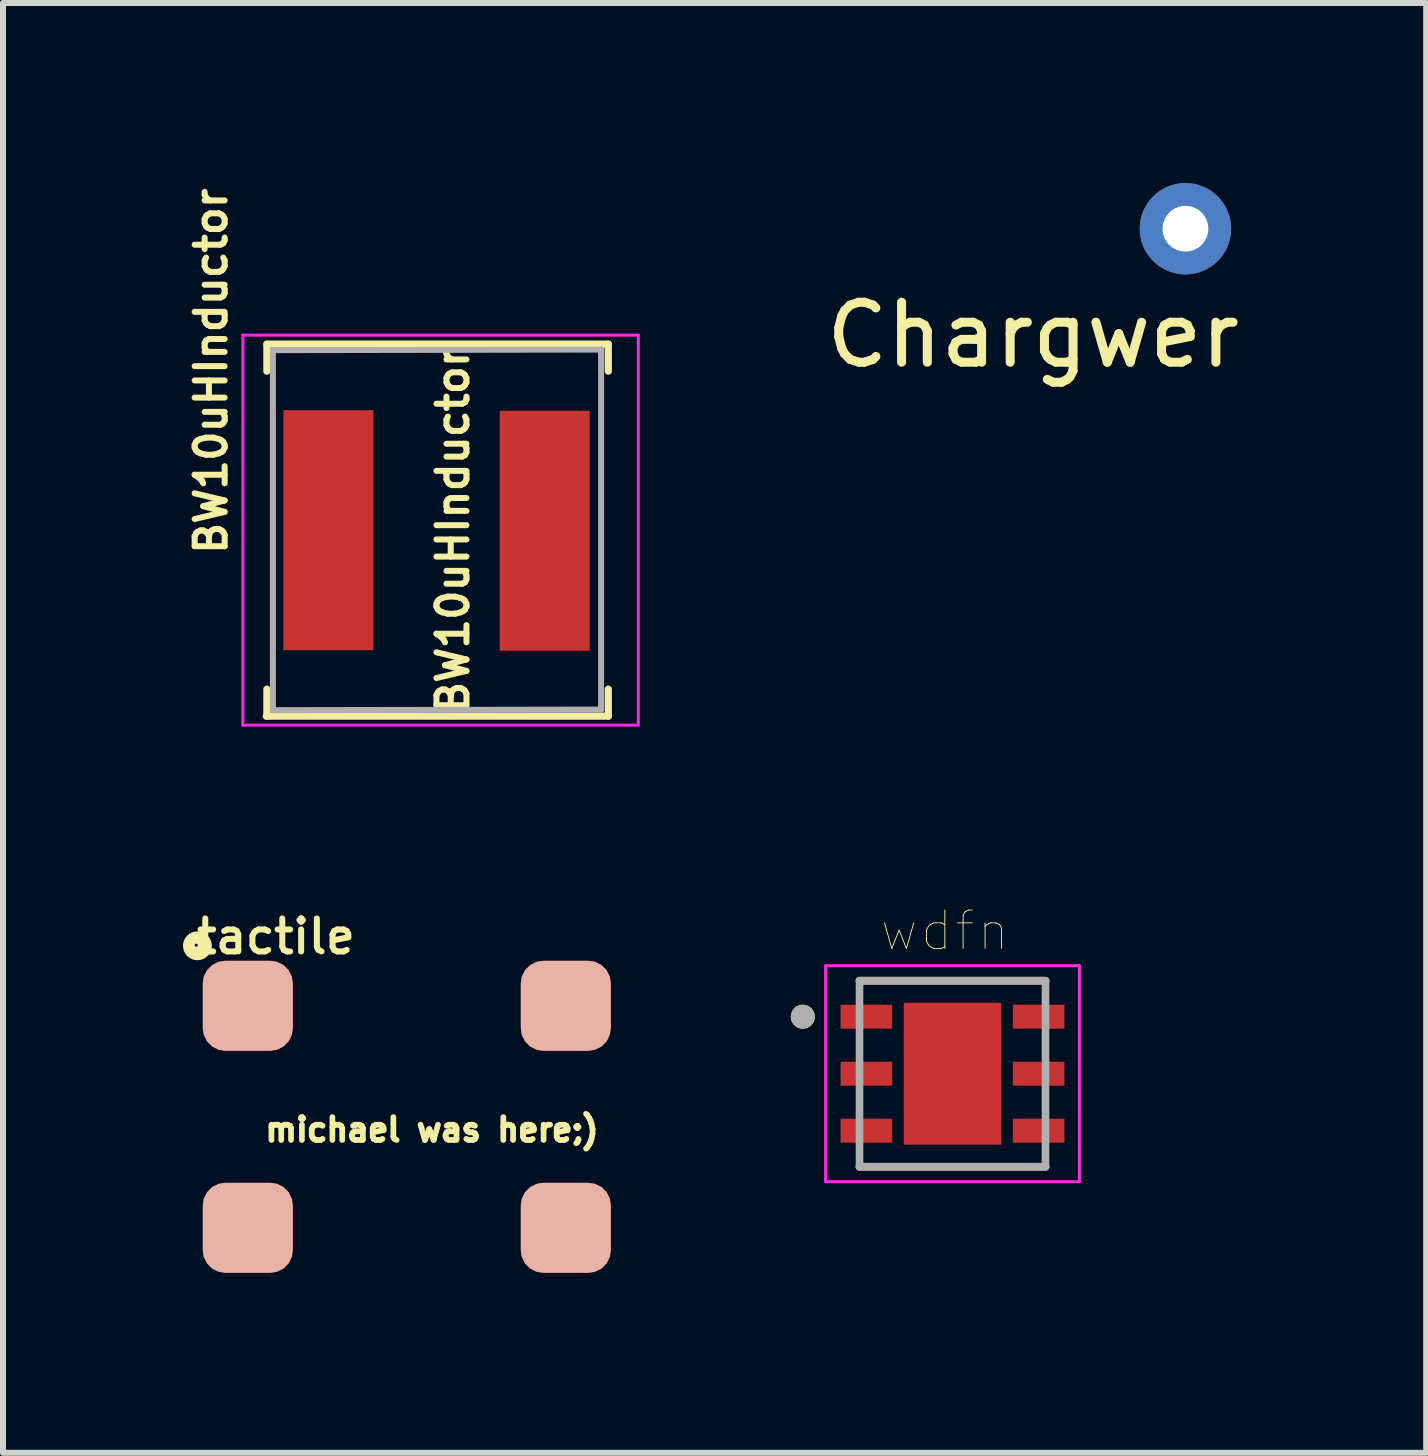
<source format=kicad_pcb>
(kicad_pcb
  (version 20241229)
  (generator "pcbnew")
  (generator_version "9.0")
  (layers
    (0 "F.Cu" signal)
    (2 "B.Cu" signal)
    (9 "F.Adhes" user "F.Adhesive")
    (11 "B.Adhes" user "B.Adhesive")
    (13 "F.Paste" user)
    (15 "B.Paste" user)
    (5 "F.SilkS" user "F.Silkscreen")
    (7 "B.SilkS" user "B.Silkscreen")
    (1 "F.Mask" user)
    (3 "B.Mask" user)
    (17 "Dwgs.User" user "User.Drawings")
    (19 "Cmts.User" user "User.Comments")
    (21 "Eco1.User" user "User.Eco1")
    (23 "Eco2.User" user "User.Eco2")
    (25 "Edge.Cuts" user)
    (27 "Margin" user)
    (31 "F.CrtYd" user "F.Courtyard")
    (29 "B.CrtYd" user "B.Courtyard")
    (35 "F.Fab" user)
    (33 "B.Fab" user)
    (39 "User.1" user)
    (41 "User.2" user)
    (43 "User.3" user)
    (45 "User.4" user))
  (footprint "Chargwer"
    (layer "F.Cu")
    (at 14.167 2.032)
    (property "Reference" "Chargwer" (at 0 0.5 0) (layer "F.SilkS") (effects (font (size 1 1) (thickness 0.15))))
    (attr through_hole)
    (pad "1" thru_hole circle (at 2.54 -1.27) (size 1.524 1.524) (drill 0.762) (layers "*.Cu" "*.Mask")))
  (footprint "tactile"
    (layer "F.Cu")
    (at 3.22 15.323)
    (property "Reference" "tactile" (at -1.67 -2.765 0) (layer "F.SilkS") (effects (font (size 0.55 0.55) (thickness 0.1))))
    (attr through_hole)
    (fp_circle (center -3 -2.62) (end -2.92 -2.59) (stroke (width 0.12) (type solid)) (fill no) (layer "F.SilkS"))
    (fp_circle (center -2.99 -2.62) (end -2.95 -2.63) (stroke (width 0.12) (type solid)) (fill no) (layer "F.SilkS"))
    (fp_circle (center -2.98 -2.61) (end -2.8 -2.6) (stroke (width 0.12) (type solid)) (fill no) (layer "F.SilkS"))
    (fp_text user "michael was here;)" (at 0.93 0.455 0) (layer "F.SilkS") (effects (font (size 0.381 0.381) (thickness 0.095))))
    (pad "1" smd roundrect (at -2.14 -1.61) (size 1.5 1.5) (layers "F.Cu" "F.Mask" "B.SilkS" "F.Paste") (roundrect_rratio 0.25))
    (pad "2" smd roundrect (at -2.14 2.09) (size 1.5 1.5) (layers "F.Cu" "F.Mask" "B.SilkS" "F.Paste") (roundrect_rratio 0.25))
    (pad "3" smd roundrect (at 3.16 -1.61) (size 1.5 1.5) (layers "F.Cu" "F.Mask" "B.SilkS" "F.Paste") (roundrect_rratio 0.25))
    (pad "4" smd roundrect (at 3.16 2.09) (size 1.5 1.5) (layers "F.Cu" "F.Mask" "B.SilkS" "F.Paste") (roundrect_rratio 0.25)))
  (footprint "wdfn"
    (layer "F.Cu")
    (at 12.825 14.845)
    (property "Reference" "wdfn" (at -0.128 -2.383 0) (layer "F.SilkS") (effects (font (size 0.64 0.64) (thickness 0.015))))
    (attr through_hole)
    (fp_line (start -1.55 -1.55) (end 1.55 -1.55) (stroke (width 0.127) (type solid)) (layer "F.SilkS"))
    (fp_line (start -1.55 1.55) (end 1.55 1.55) (stroke (width 0.127) (type solid)) (layer "F.SilkS"))
    (fp_circle (center -2.495 -0.95) (end -2.395 -0.95) (stroke (width 0.2) (type solid)) (fill no) (layer "F.SilkS"))
    (fp_poly (pts (xy -0.514 -0.748) (xy 0.514 -0.748) (xy 0.514 0.748) (xy -0.514 0.748)) (stroke (width 0.01) (type solid)) (fill yes) (layer "F.Paste"))
    (fp_line (start -2.115 -1.8) (end -2.115 1.8) (stroke (width 0.05) (type solid)) (layer "F.CrtYd"))
    (fp_line (start -2.115 -1.8) (end 2.115 -1.8) (stroke (width 0.05) (type solid)) (layer "F.CrtYd"))
    (fp_line (start -2.115 1.8) (end 2.115 1.8) (stroke (width 0.05) (type solid)) (layer "F.CrtYd"))
    (fp_line (start 2.115 -1.8) (end 2.115 1.8) (stroke (width 0.05) (type solid)) (layer "F.CrtYd"))
    (fp_line (start -1.55 -1.55) (end -1.55 1.55) (stroke (width 0.127) (type solid)) (layer "F.Fab"))
    (fp_line (start -1.55 -1.55) (end 1.55 -1.55) (stroke (width 0.127) (type solid)) (layer "F.Fab"))
    (fp_line (start -1.55 1.55) (end 1.55 1.55) (stroke (width 0.127) (type solid)) (layer "F.Fab"))
    (fp_line (start 1.55 -1.55) (end 1.55 1.55) (stroke (width 0.127) (type solid)) (layer "F.Fab"))
    (fp_circle (center -2.495 -0.95) (end -2.395 -0.95) (stroke (width 0.2) (type solid)) (fill no) (layer "F.Fab"))
    (pad "1" smd rect (at -1.435 -0.95) (size 0.86 0.4) (layers "F.Cu" "F.Mask" "F.Paste"))
    (pad "2" smd rect (at -1.435 0) (size 0.86 0.4) (layers "F.Cu" "F.Mask" "F.Paste"))
    (pad "3" smd rect (at -1.435 0.95) (size 0.86 0.4) (layers "F.Cu" "F.Mask" "F.Paste"))
    (pad "4" smd rect (at 1.435 0.95) (size 0.86 0.4) (layers "F.Cu" "F.Mask" "F.Paste"))
    (pad "5" smd rect (at 1.435 0) (size 0.86 0.4) (layers "F.Cu" "F.Mask" "F.Paste"))
    (pad "6" smd rect (at 1.435 -0.95) (size 0.86 0.4) (layers "F.Cu" "F.Mask" "F.Paste"))
    (pad "7" smd rect (at 0 0) (size 1.625 2.365) (layers "F.Cu" "F.Mask")))
  (footprint "BW10uHInductor"
    (layer "F.Cu")
    (at 4.498 5.786)
    (property "Reference" "BW10uHInductor" (at -4.03 -2.65 270) (layer "F.SilkS") (effects (font (size 0.5 0.5) (thickness 0.1))))
    (attr smd)
    (fp_line (start -3.1 -3.1) (end -3.1 -2.65) (stroke (width 0.12) (type solid)) (layer "F.SilkS"))
    (fp_line (start -3.1 -3.1) (end 2.59 -3.1) (stroke (width 0.12) (type solid)) (layer "F.SilkS"))
    (fp_line (start -3.1 3.1) (end -3.1 2.65) (stroke (width 0.12) (type solid)) (layer "F.SilkS"))
    (fp_line (start 2.59 -3.1) (end 2.59 -2.65) (stroke (width 0.12) (type solid)) (layer "F.SilkS"))
    (fp_line (start 2.59 3.1) (end -3.11 3.1) (stroke (width 0.12) (type solid)) (layer "F.SilkS"))
    (fp_line (start 2.59 3.1) (end 2.59 2.65) (stroke (width 0.12) (type solid)) (layer "F.SilkS"))
    (fp_line (start -3.5 -3.25) (end -3.5 3.25) (stroke (width 0.05) (type solid)) (layer "F.CrtYd"))
    (fp_line (start -3.5 3.25) (end 3.09 3.25) (stroke (width 0.05) (type solid)) (layer "F.CrtYd"))
    (fp_line (start 3.09 -3.25) (end -3.5 -3.25) (stroke (width 0.05) (type solid)) (layer "F.CrtYd"))
    (fp_line (start 3.09 3.25) (end 3.09 -3.25) (stroke (width 0.05) (type solid)) (layer "F.CrtYd"))
    (fp_line (start -3 -3) (end -3 3) (stroke (width 0.1) (type solid)) (layer "F.Fab"))
    (fp_line (start -3 -3) (end 2.47 -3.01) (stroke (width 0.1) (type solid)) (layer "F.Fab"))
    (fp_line (start -3 3) (end 2.47 2.99) (stroke (width 0.1) (type solid)) (layer "F.Fab"))
    (fp_line (start 2.47 2.99) (end 2.47 -3.01) (stroke (width 0.1) (type solid)) (layer "F.Fab"))
    (fp_text user "${REFERENCE}" (at 0 0 90) (layer "F.SilkS") (effects (font (size 0.5 0.5) (thickness 0.1))))
    (pad "1" smd rect (at -2.075 0) (size 1.5 4) (layers "F.Cu" "F.Mask" "F.Paste"))
    (pad "2" smd rect (at 1.53 0.01) (size 1.5 4) (layers "F.Cu" "F.Mask" "F.Paste")))
  (gr_rect
    (start -3 -3)
    (end 20.72 21.163)
    (stroke (width 0.1) (type default))
    (fill no)
    (layer "Edge.Cuts")))
</source>
